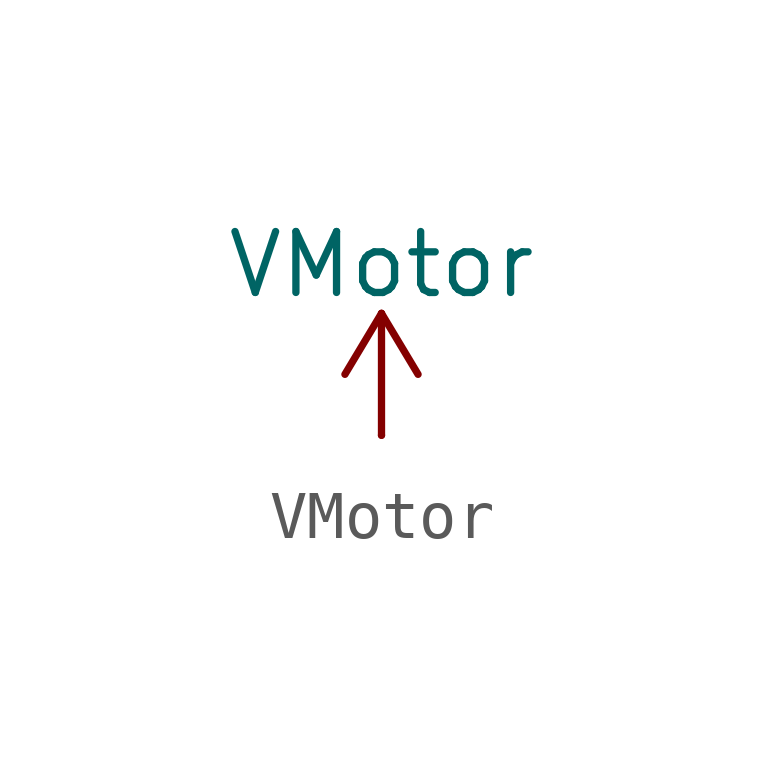
<source format=kicad_sym>
(kicad_symbol_lib
  (version 20231120)
  (generator "kicad_symbol_editor")
  (generator_version "8.0")
  (symbol "VMotor"
    (power)
    (pin_numbers hide)
    (pin_names
      (offset 0) hide)
    (property "Reference" "#PWR"
      (at 0 -3.81 0)
      (effects (font (size 1.27 1.27)) (hide yes)))
    (property "Value" "VMotor"
      (at 0 3.556 0)
      (effects (font (size 1.27 1.27))))
    (symbol "VMotor_0_1"
      (polyline (pts (xy -0.762 1.27) (xy 0 2.54)) (stroke (width 0) (type default)) (fill (type none)))
      (polyline (pts (xy 0 0) (xy 0 2.54)) (stroke (width 0) (type default)) (fill (type none)))
      (polyline (pts (xy 0 2.54) (xy 0.762 1.27)) (stroke (width 0) (type default)) (fill (type none))))
    (symbol "VMotor_1_1"
      (pin power_in line (at 0 0 90) (length 0) (name "~" (effects (font (size 1.27 1.27)))) (number "1" (effects (font (size 1.27 1.27))))))))
</source>
